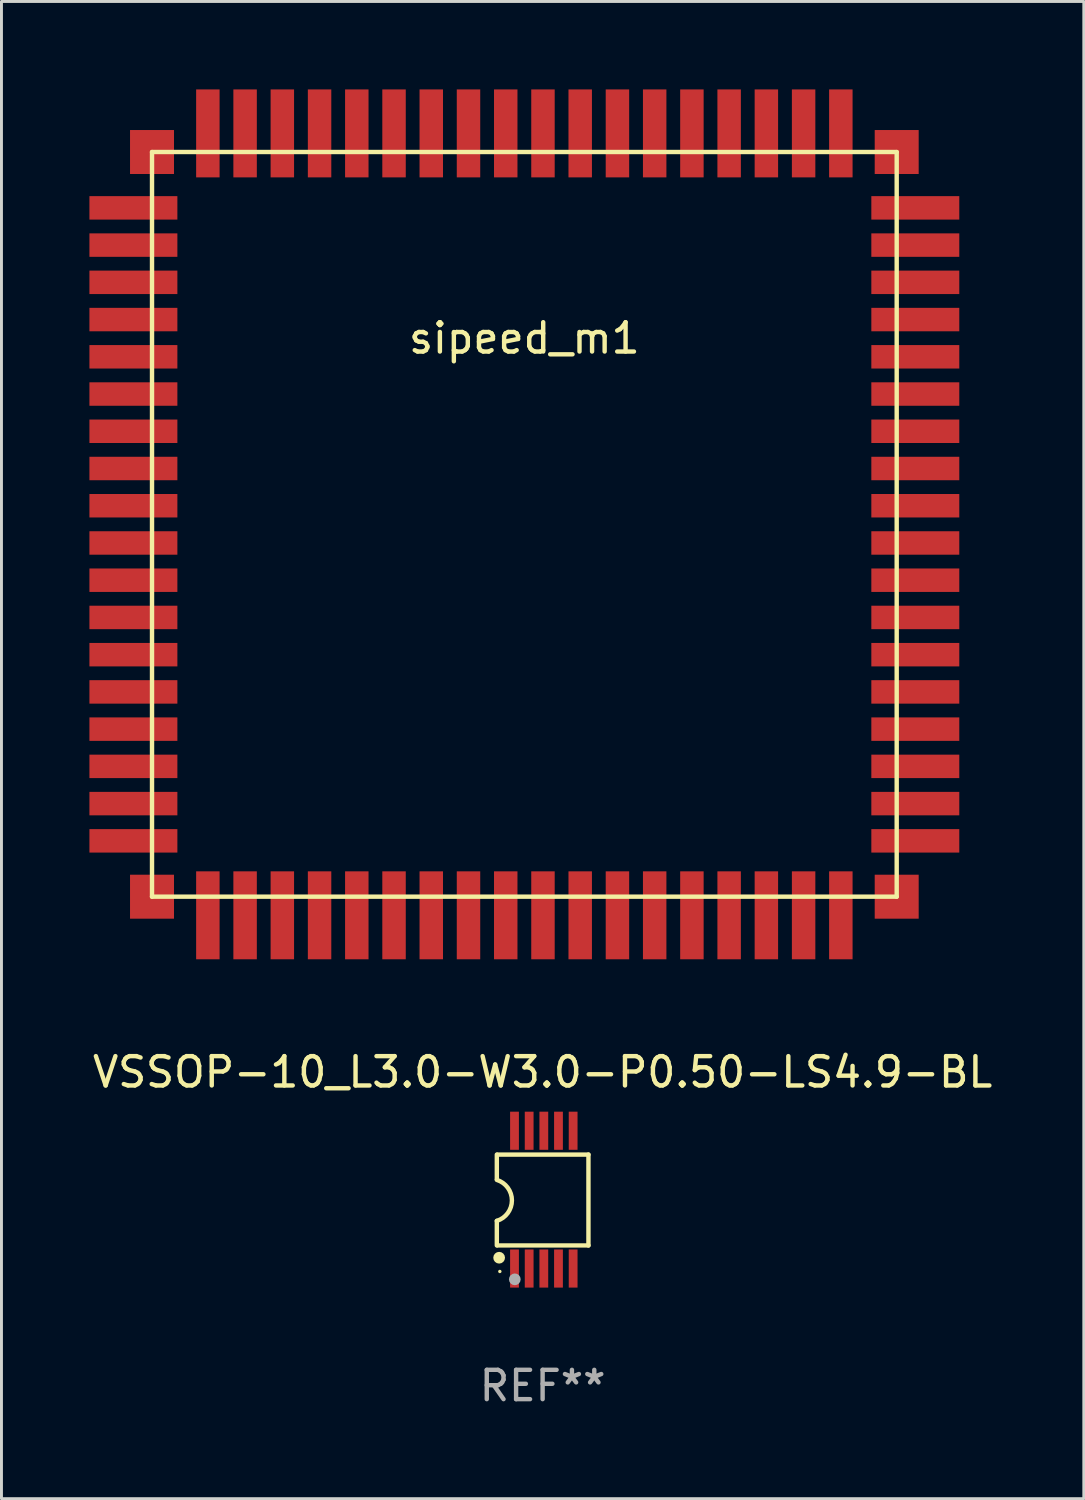
<source format=kicad_pcb>
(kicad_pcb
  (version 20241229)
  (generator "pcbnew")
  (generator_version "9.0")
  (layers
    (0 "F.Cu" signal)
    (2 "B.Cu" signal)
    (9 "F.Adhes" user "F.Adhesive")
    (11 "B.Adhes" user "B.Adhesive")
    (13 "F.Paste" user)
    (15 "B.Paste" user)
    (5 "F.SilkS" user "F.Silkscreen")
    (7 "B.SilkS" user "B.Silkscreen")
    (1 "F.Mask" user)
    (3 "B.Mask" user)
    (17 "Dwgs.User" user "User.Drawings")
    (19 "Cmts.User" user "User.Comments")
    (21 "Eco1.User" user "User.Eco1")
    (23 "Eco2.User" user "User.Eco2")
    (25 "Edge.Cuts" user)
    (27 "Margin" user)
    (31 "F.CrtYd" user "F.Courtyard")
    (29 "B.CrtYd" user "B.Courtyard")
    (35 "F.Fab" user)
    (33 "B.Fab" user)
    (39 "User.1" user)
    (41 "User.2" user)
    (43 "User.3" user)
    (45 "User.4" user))
  (footprint "VSSOP-10_L3.0-W3.0-P0.50-LS4.9-BL"
    (layer "F.Cu")
    (at 15.499 37.868)
    (property "Reference" "VSSOP-10_L3.0-W3.0-P0.50-LS4.9-BL" (at -0.041 -4.35 0) (layer "F.SilkS") (effects (font (size 1 1) (thickness 0.15))))
    (attr smd)
    (fp_line (start -1.603 -1.537) (end -1.603 -0.698) (stroke (width 0.15) (type solid)) (layer "F.SilkS"))
    (fp_line (start -1.603 0.724) (end -1.603 1.562) (stroke (width 0.15) (type solid)) (layer "F.SilkS"))
    (fp_line (start -1.578 -1.537) (end 1.522 -1.537) (stroke (width 0.15) (type solid)) (layer "F.SilkS"))
    (fp_line (start -1.578 1.562) (end 1.522 1.562) (stroke (width 0.15) (type solid)) (layer "F.SilkS"))
    (fp_line (start 1.522 1.564) (end 1.522 -1.537) (stroke (width 0.15) (type solid)) (layer "F.SilkS"))
    (fp_arc (start -1.602616 -0.672924) (mid -1.088395 0.025578) (end -1.602617 0.72408) (stroke (width 0.150013) (type solid)) (layer "F.SilkS"))
    (fp_circle (center -1.524 1.981) (end -1.424 1.981) (stroke (width 0.2) (type solid)) (fill no) (layer "F.SilkS"))
    (fp_circle (center -1.5 2.45) (end -1.47 2.45) (stroke (width 0.06) (type solid)) (fill no) (layer "F.SilkS"))
    (fp_circle (center -0.99 2.718) (end -0.89 2.718) (stroke (width 0.2) (type solid)) (fill no) (layer "F.Fab"))
    (fp_text user "REF**" (at -0.041 6.35 0) (layer "F.Fab") (effects (font (size 1 1) (thickness 0.15))))
    (pad "1" smd rect (at -1 2.35) (size 0.3 1.3) (layers "F.Cu" "F.Mask" "F.Paste"))
    (pad "2" smd rect (at -0.5 2.35) (size 0.3 1.3) (layers "F.Cu" "F.Mask" "F.Paste"))
    (pad "3" smd rect (at -0.000127 2.35) (size 0.3 1.3) (layers "F.Cu" "F.Mask" "F.Paste"))
    (pad "4" smd rect (at 0.5 2.35) (size 0.3 1.3) (layers "F.Cu" "F.Mask" "F.Paste"))
    (pad "5" smd rect (at 1 2.35) (size 0.3 1.3) (layers "F.Cu" "F.Mask" "F.Paste"))
    (pad "6" smd rect (at 1 -2.35) (size 0.3 1.3) (layers "F.Cu" "F.Mask" "F.Paste"))
    (pad "7" smd rect (at 0.5 -2.35) (size 0.3 1.3) (layers "F.Cu" "F.Mask" "F.Paste"))
    (pad "8" smd rect (at 0.000127 -2.35) (size 0.3 1.3) (layers "F.Cu" "F.Mask" "F.Paste"))
    (pad "9" smd rect (at -0.5 -2.35) (size 0.3 1.3) (layers "F.Cu" "F.Mask" "F.Paste"))
    (pad "10" smd rect (at -1 -2.35) (size 0.3 1.3) (layers "F.Cu" "F.Mask" "F.Paste")))
  (footprint "sipeed_m1"
    (layer "F.Cu")
    (at 14.835 14.835)
    (property "Reference" "sipeed_m1" (at 0 -6.35 0) (layer "F.SilkS") (effects (font (size 1 1) (thickness 0.15))))
    (attr through_hole)
    (fp_line (start -12.7 -12.7) (end -12.7 12.7) (stroke (width 0.15) (type solid)) (layer "F.SilkS"))
    (fp_line (start -12.7 -12.7) (end 12.7 -12.7) (stroke (width 0.15) (type solid)) (layer "F.SilkS"))
    (fp_line (start -12.7 12.7) (end 12.7 12.7) (stroke (width 0.15) (type solid)) (layer "F.SilkS"))
    (fp_line (start 12.7 -12.7) (end 12.7 12.7) (stroke (width 0.15) (type solid)) (layer "F.SilkS"))
    (pad "1" smd rect (at 13.335 10.795) (size 3 0.8) (layers "F.Cu" "F.Mask" "F.Paste"))
    (pad "2" smd rect (at 13.335 9.525) (size 3 0.8) (layers "F.Cu" "F.Mask" "F.Paste"))
    (pad "3" smd rect (at 13.335 8.255) (size 3 0.8) (layers "F.Cu" "F.Mask" "F.Paste"))
    (pad "4" smd rect (at 13.335 6.985) (size 3 0.8) (layers "F.Cu" "F.Mask" "F.Paste"))
    (pad "5" smd rect (at 13.335 5.715) (size 3 0.8) (layers "F.Cu" "F.Mask" "F.Paste"))
    (pad "6" smd rect (at 13.335 4.445) (size 3 0.8) (layers "F.Cu" "F.Mask" "F.Paste"))
    (pad "7" smd rect (at 13.335 3.175) (size 3 0.8) (layers "F.Cu" "F.Mask" "F.Paste"))
    (pad "8" smd rect (at 13.335 1.905) (size 3 0.8) (layers "F.Cu" "F.Mask" "F.Paste"))
    (pad "9" smd rect (at 13.335 0.635) (size 3 0.8) (layers "F.Cu" "F.Mask" "F.Paste"))
    (pad "10" smd rect (at 13.335 -0.635) (size 3 0.8) (layers "F.Cu" "F.Mask" "F.Paste"))
    (pad "11" smd rect (at 13.335 -1.905) (size 3 0.8) (layers "F.Cu" "F.Mask" "F.Paste"))
    (pad "12" smd rect (at 13.335 -3.175) (size 3 0.8) (layers "F.Cu" "F.Mask" "F.Paste"))
    (pad "13" smd rect (at 13.335 -4.445) (size 3 0.8) (layers "F.Cu" "F.Mask" "F.Paste"))
    (pad "14" smd rect (at 13.335 -5.715) (size 3 0.8) (layers "F.Cu" "F.Mask" "F.Paste"))
    (pad "15" smd rect (at 13.335 -6.985) (size 3 0.8) (layers "F.Cu" "F.Mask" "F.Paste"))
    (pad "16" smd rect (at 13.335 -8.255) (size 3 0.8) (layers "F.Cu" "F.Mask" "F.Paste"))
    (pad "17" smd rect (at 13.335 -9.525) (size 3 0.8) (layers "F.Cu" "F.Mask" "F.Paste"))
    (pad "18" smd rect (at 13.335 -10.795) (size 3 0.8) (layers "F.Cu" "F.Mask" "F.Paste"))
    (pad "19" smd rect (at 10.795 -13.335 90) (size 3 0.8) (layers "F.Cu" "F.Mask" "F.Paste"))
    (pad "20" smd rect (at 9.525 -13.335 90) (size 3 0.8) (layers "F.Cu" "F.Mask" "F.Paste"))
    (pad "21" smd rect (at 8.255 -13.335 90) (size 3 0.8) (layers "F.Cu" "F.Mask" "F.Paste"))
    (pad "22" smd rect (at 6.985 -13.335 90) (size 3 0.8) (layers "F.Cu" "F.Mask" "F.Paste"))
    (pad "23" smd rect (at 5.715 -13.335 90) (size 3 0.8) (layers "F.Cu" "F.Mask" "F.Paste"))
    (pad "24" smd rect (at 4.445 -13.335 90) (size 3 0.8) (layers "F.Cu" "F.Mask" "F.Paste"))
    (pad "25" smd rect (at 3.175 -13.335 90) (size 3 0.8) (layers "F.Cu" "F.Mask" "F.Paste"))
    (pad "26" smd rect (at 1.905 -13.335 90) (size 3 0.8) (layers "F.Cu" "F.Mask" "F.Paste"))
    (pad "27" smd rect (at 0.635 -13.335 90) (size 3 0.8) (layers "F.Cu" "F.Mask" "F.Paste"))
    (pad "28" smd rect (at -0.635 -13.335 90) (size 3 0.8) (layers "F.Cu" "F.Mask" "F.Paste"))
    (pad "29" smd rect (at -1.905 -13.335 90) (size 3 0.8) (layers "F.Cu" "F.Mask" "F.Paste"))
    (pad "30" smd rect (at -3.175 -13.335 90) (size 3 0.8) (layers "F.Cu" "F.Mask" "F.Paste"))
    (pad "31" smd rect (at -4.445 -13.335 90) (size 3 0.8) (layers "F.Cu" "F.Mask" "F.Paste"))
    (pad "32" smd rect (at -5.715 -13.335 90) (size 3 0.8) (layers "F.Cu" "F.Mask" "F.Paste"))
    (pad "33" smd rect (at -6.985 -13.335 90) (size 3 0.8) (layers "F.Cu" "F.Mask" "F.Paste"))
    (pad "34" smd rect (at -8.255 -13.335 90) (size 3 0.8) (layers "F.Cu" "F.Mask" "F.Paste"))
    (pad "35" smd rect (at -9.525 -13.335 90) (size 3 0.8) (layers "F.Cu" "F.Mask" "F.Paste"))
    (pad "36" smd rect (at -10.795 -13.335 90) (size 3 0.8) (layers "F.Cu" "F.Mask" "F.Paste"))
    (pad "37" smd rect (at -13.335 -10.795) (size 3 0.8) (layers "F.Cu" "F.Mask" "F.Paste"))
    (pad "38" smd rect (at -13.335 -9.525) (size 3 0.8) (layers "F.Cu" "F.Mask" "F.Paste"))
    (pad "39" smd rect (at -13.335 -8.255) (size 3 0.8) (layers "F.Cu" "F.Mask" "F.Paste"))
    (pad "40" smd rect (at -13.335 -6.985) (size 3 0.8) (layers "F.Cu" "F.Mask" "F.Paste"))
    (pad "41" smd rect (at -13.335 -5.715) (size 3 0.8) (layers "F.Cu" "F.Mask" "F.Paste"))
    (pad "42" smd rect (at -13.335 -4.445) (size 3 0.8) (layers "F.Cu" "F.Mask" "F.Paste"))
    (pad "43" smd rect (at -13.335 -3.175) (size 3 0.8) (layers "F.Cu" "F.Mask" "F.Paste"))
    (pad "44" smd rect (at -13.335 -1.905) (size 3 0.8) (layers "F.Cu" "F.Mask" "F.Paste"))
    (pad "45" smd rect (at -13.335 -0.635) (size 3 0.8) (layers "F.Cu" "F.Mask" "F.Paste"))
    (pad "46" smd rect (at -13.335 0.635) (size 3 0.8) (layers "F.Cu" "F.Mask" "F.Paste"))
    (pad "47" smd rect (at -13.335 1.905) (size 3 0.8) (layers "F.Cu" "F.Mask" "F.Paste"))
    (pad "48" smd rect (at -13.335 3.175) (size 3 0.8) (layers "F.Cu" "F.Mask" "F.Paste"))
    (pad "49" smd rect (at -13.335 4.445) (size 3 0.8) (layers "F.Cu" "F.Mask" "F.Paste"))
    (pad "50" smd rect (at -13.335 5.715) (size 3 0.8) (layers "F.Cu" "F.Mask" "F.Paste"))
    (pad "51" smd rect (at -13.335 6.985) (size 3 0.8) (layers "F.Cu" "F.Mask" "F.Paste"))
    (pad "52" smd rect (at -13.335 8.255) (size 3 0.8) (layers "F.Cu" "F.Mask" "F.Paste"))
    (pad "53" smd rect (at -13.335 9.525) (size 3 0.8) (layers "F.Cu" "F.Mask" "F.Paste"))
    (pad "54" smd rect (at -13.335 10.795) (size 3 0.8) (layers "F.Cu" "F.Mask" "F.Paste"))
    (pad "55" smd rect (at -10.795 13.335 90) (size 3 0.8) (layers "F.Cu" "F.Mask" "F.Paste"))
    (pad "56" smd rect (at -9.525 13.335 90) (size 3 0.8) (layers "F.Cu" "F.Mask" "F.Paste"))
    (pad "57" smd rect (at -8.255 13.335 90) (size 3 0.8) (layers "F.Cu" "F.Mask" "F.Paste"))
    (pad "58" smd rect (at -6.985 13.335 90) (size 3 0.8) (layers "F.Cu" "F.Mask" "F.Paste"))
    (pad "59" smd rect (at -5.715 13.335 90) (size 3 0.8) (layers "F.Cu" "F.Mask" "F.Paste"))
    (pad "60" smd rect (at -4.445 13.335 90) (size 3 0.8) (layers "F.Cu" "F.Mask" "F.Paste"))
    (pad "61" smd rect (at -3.175 13.335 90) (size 3 0.8) (layers "F.Cu" "F.Mask" "F.Paste"))
    (pad "62" smd rect (at -1.905 13.335 90) (size 3 0.8) (layers "F.Cu" "F.Mask" "F.Paste"))
    (pad "63" smd rect (at -0.635 13.335 90) (size 3 0.8) (layers "F.Cu" "F.Mask" "F.Paste"))
    (pad "64" smd rect (at 0.635 13.335 90) (size 3 0.8) (layers "F.Cu" "F.Mask" "F.Paste"))
    (pad "65" smd rect (at 1.905 13.335 90) (size 3 0.8) (layers "F.Cu" "F.Mask" "F.Paste"))
    (pad "66" smd rect (at 3.175 13.335 90) (size 3 0.8) (layers "F.Cu" "F.Mask" "F.Paste"))
    (pad "67" smd rect (at 4.445 13.335 90) (size 3 0.8) (layers "F.Cu" "F.Mask" "F.Paste"))
    (pad "68" smd rect (at 5.715 13.335 90) (size 3 0.8) (layers "F.Cu" "F.Mask" "F.Paste"))
    (pad "69" smd rect (at 6.985 13.335 90) (size 3 0.8) (layers "F.Cu" "F.Mask" "F.Paste"))
    (pad "70" smd rect (at 8.255 13.335 90) (size 3 0.8) (layers "F.Cu" "F.Mask" "F.Paste"))
    (pad "71" smd rect (at 9.525 13.335 90) (size 3 0.8) (layers "F.Cu" "F.Mask" "F.Paste"))
    (pad "72" smd rect (at 10.795 13.335 90) (size 3 0.8) (layers "F.Cu" "F.Mask" "F.Paste"))
    (pad "73" smd rect (at -12.7 -12.7) (size 1.5 1.5) (layers "F.Cu" "F.Mask" "F.Paste"))
    (pad "74" smd rect (at -12.7 12.7) (size 1.5 1.5) (layers "F.Cu" "F.Mask" "F.Paste"))
    (pad "74" smd rect (at 12.7 -12.7) (size 1.5 1.5) (layers "F.Cu" "F.Mask" "F.Paste"))
    (pad "74" smd rect (at 12.7 12.7) (size 1.5 1.5) (layers "F.Cu" "F.Mask" "F.Paste")))
  (gr_rect
    (start -3 -3)
    (end 33.917 48.067)
    (stroke (width 0.1) (type default))
    (fill no)
    (layer "Edge.Cuts")))
</source>
